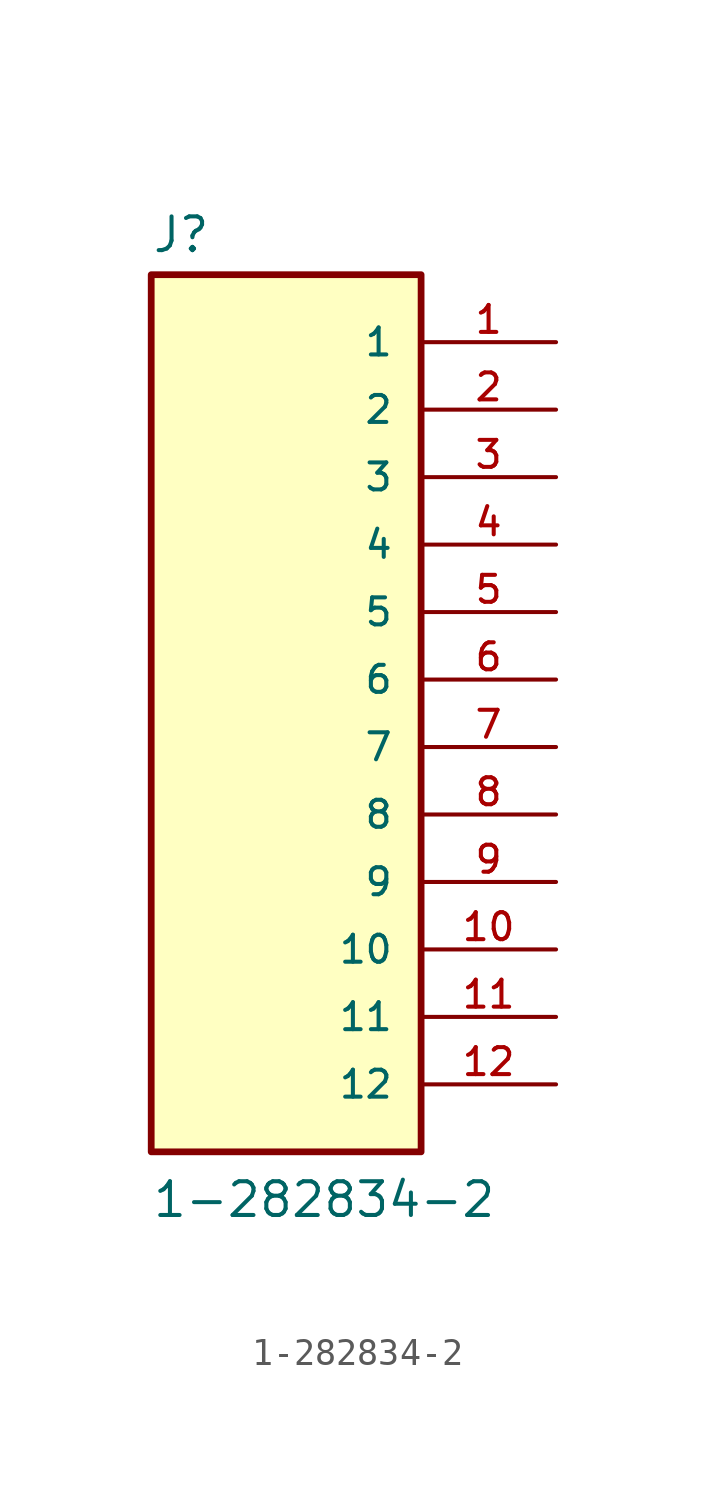
<source format=kicad_sym>
(kicad_symbol_lib
  (version 20211014)
  (generator kicad_symbol_editor)
  (symbol "1-282834-2"
    (pin_names
      (offset 1.016))
    (property "Reference" "J"
      (at -7.62 18.542 0)
      (effects (font (size 1.27 1.27)) (justify bottom left)))
    (property "Value" "1-282834-2"
      (at -7.62 -17.78 0)
      (effects (font (size 1.27 1.27)) (justify bottom left)))
    (symbol "1-282834-2_0_0"
      (rectangle (start -7.62 -15.24) (end 2.54 17.78) (stroke (width 0.254)) (fill (type background)))
      (pin passive line (at 7.62 15.24 180.0) (length 5.08) (name "1" (effects (font (size 1.016 1.016)))) (number "1" (effects (font (size 1.016 1.016)))))
      (pin passive line (at 7.62 12.7 180.0) (length 5.08) (name "2" (effects (font (size 1.016 1.016)))) (number "2" (effects (font (size 1.016 1.016)))))
      (pin passive line (at 7.62 10.16 180.0) (length 5.08) (name "3" (effects (font (size 1.016 1.016)))) (number "3" (effects (font (size 1.016 1.016)))))
      (pin passive line (at 7.62 7.62 180.0) (length 5.08) (name "4" (effects (font (size 1.016 1.016)))) (number "4" (effects (font (size 1.016 1.016)))))
      (pin passive line (at 7.62 5.08 180.0) (length 5.08) (name "5" (effects (font (size 1.016 1.016)))) (number "5" (effects (font (size 1.016 1.016)))))
      (pin passive line (at 7.62 2.54 180.0) (length 5.08) (name "6" (effects (font (size 1.016 1.016)))) (number "6" (effects (font (size 1.016 1.016)))))
      (pin passive line (at 7.62 0.0 180.0) (length 5.08) (name "7" (effects (font (size 1.016 1.016)))) (number "7" (effects (font (size 1.016 1.016)))))
      (pin passive line (at 7.62 -2.54 180.0) (length 5.08) (name "8" (effects (font (size 1.016 1.016)))) (number "8" (effects (font (size 1.016 1.016)))))
      (pin passive line (at 7.62 -5.08 180.0) (length 5.08) (name "9" (effects (font (size 1.016 1.016)))) (number "9" (effects (font (size 1.016 1.016)))))
      (pin passive line (at 7.62 -7.62 180.0) (length 5.08) (name "10" (effects (font (size 1.016 1.016)))) (number "10" (effects (font (size 1.016 1.016)))))
      (pin passive line (at 7.62 -10.16 180.0) (length 5.08) (name "11" (effects (font (size 1.016 1.016)))) (number "11" (effects (font (size 1.016 1.016)))))
      (pin passive line (at 7.62 -12.7 180.0) (length 5.08) (name "12" (effects (font (size 1.016 1.016)))) (number "12" (effects (font (size 1.016 1.016))))))))
</source>
